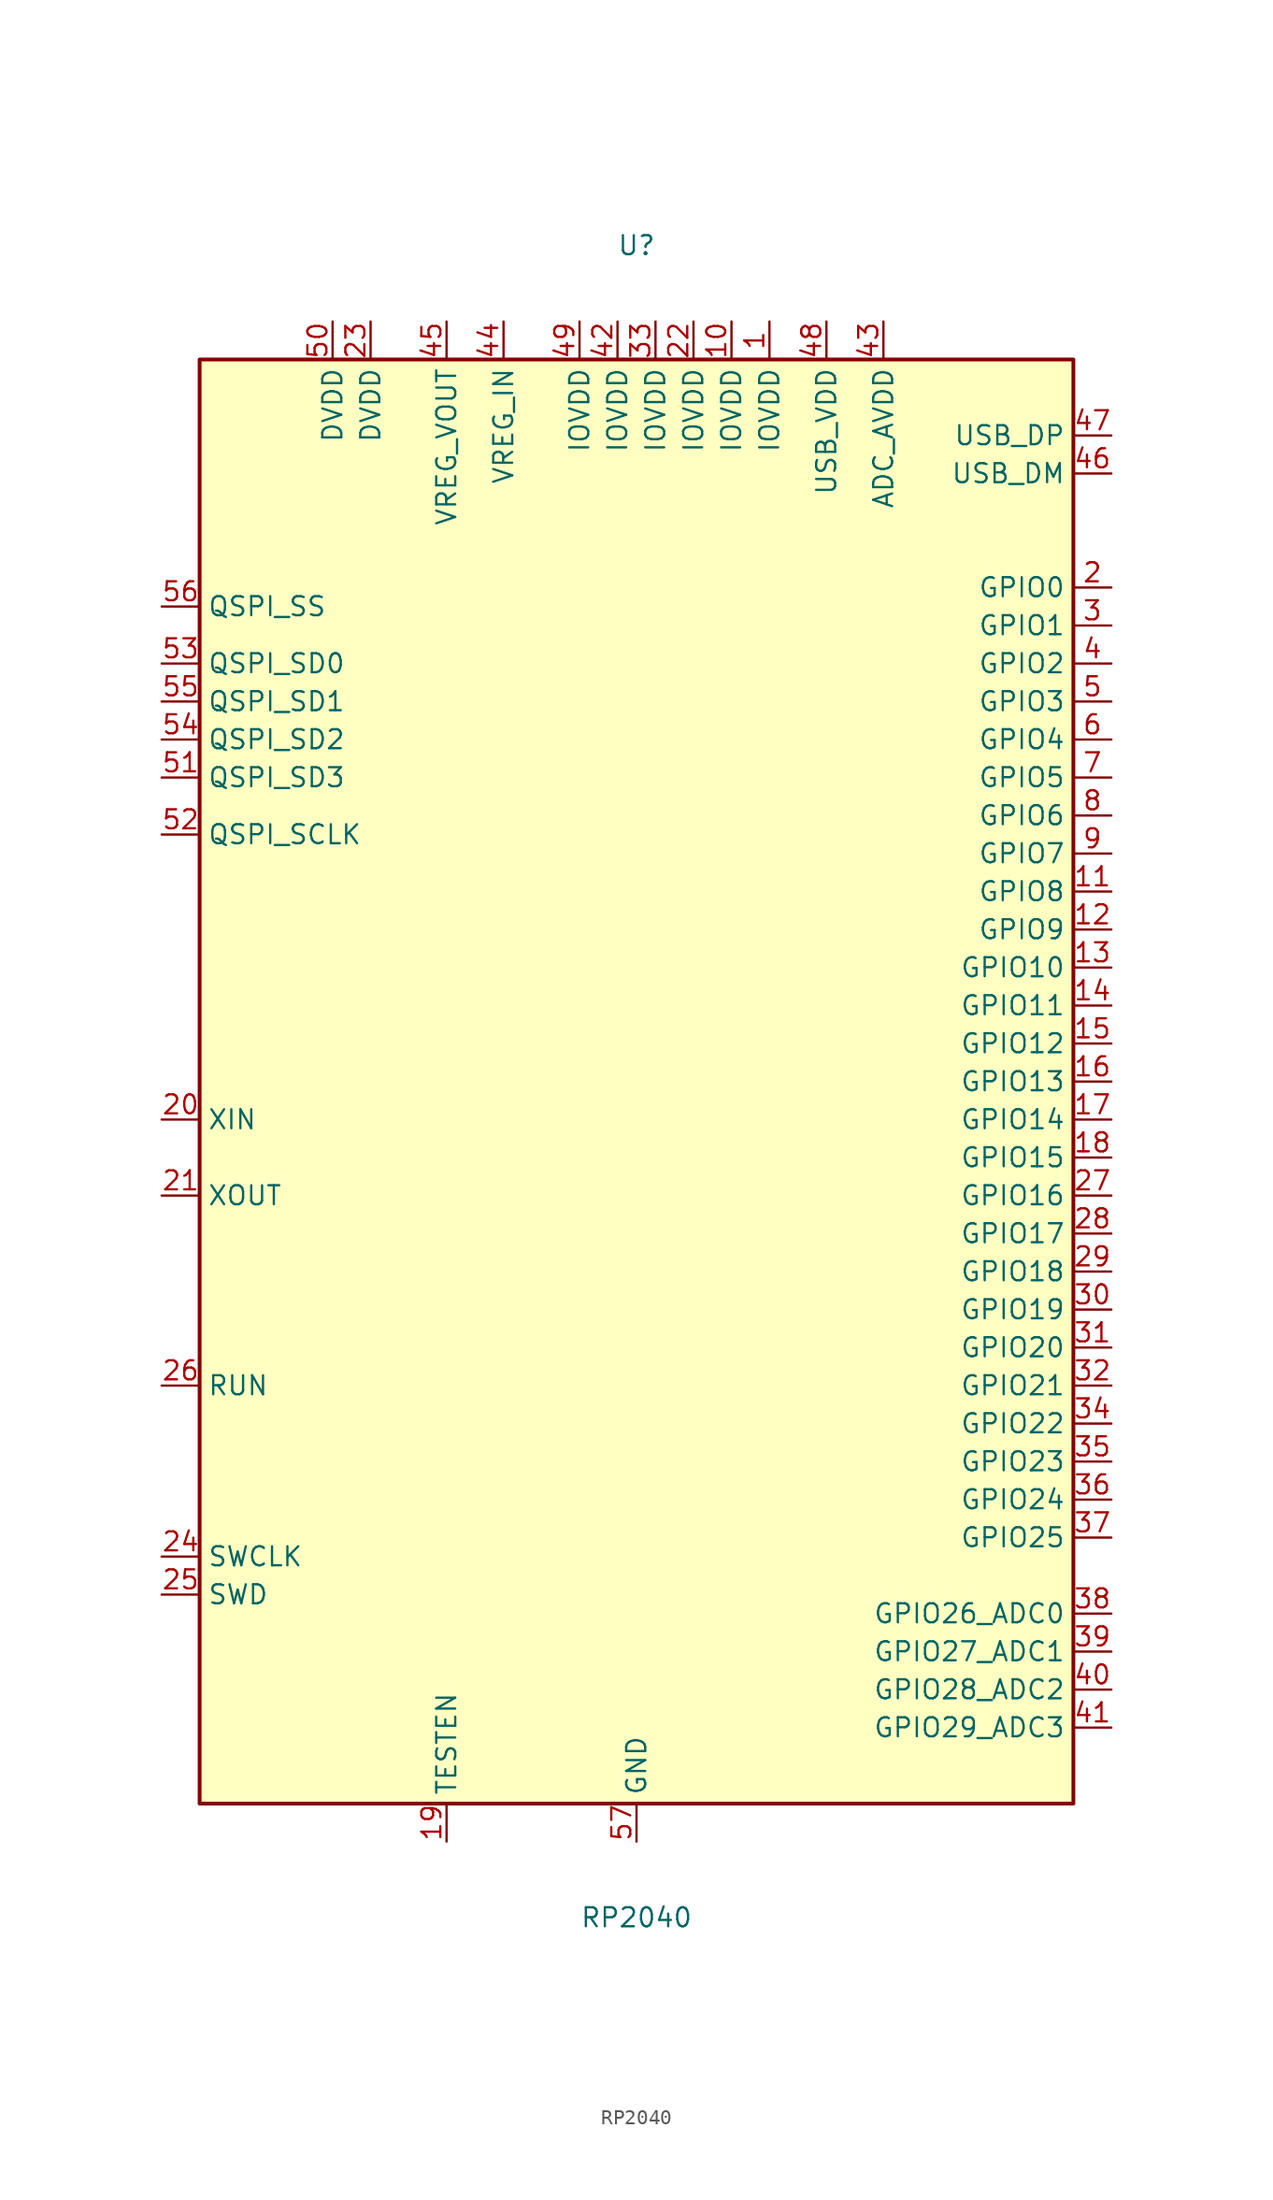
<source format=kicad_sym>
(kicad_symbol_lib
  (version 20211014)
  (generator lcsc2kicad)
  (symbol "RP2040"
    (property "Reference" "U"
      (at 0 58.42 0)
      (effects (font (size 1.27 1.27))))
    (property "Value" "RP2040"
      (at 0 -53.34 0)
      (effects (font (size 1.27 1.27))))
    (symbol "RP2040_0_1"
      (rectangle (start -29.21 50.80) (end 29.21 -45.72) (stroke (width 0.254) (type default) (color 0 0 0 0)) (fill (type background)))
      (pin bidirectional line (at 31.75 17.78 180) (length 2.54) (name "GPIO7" (effects (font (size 1.27 1.27)))) (number "9" (effects (font (size 1.27 1.27)))))
      (pin bidirectional line (at 31.75 20.32 180) (length 2.54) (name "GPIO6" (effects (font (size 1.27 1.27)))) (number "8" (effects (font (size 1.27 1.27)))))
      (pin bidirectional line (at 31.75 22.86 180) (length 2.54) (name "GPIO5" (effects (font (size 1.27 1.27)))) (number "7" (effects (font (size 1.27 1.27)))))
      (pin bidirectional line (at 31.75 25.40 180) (length 2.54) (name "GPIO4" (effects (font (size 1.27 1.27)))) (number "6" (effects (font (size 1.27 1.27)))))
      (pin bidirectional line (at 0.00 -48.26 90) (length 2.54) (name "GND" (effects (font (size 1.27 1.27)))) (number "57" (effects (font (size 1.27 1.27)))))
      (pin bidirectional line (at -31.75 34.29 0) (length 2.54) (name "QSPI_SS" (effects (font (size 1.27 1.27)))) (number "56" (effects (font (size 1.27 1.27)))))
      (pin bidirectional line (at -31.75 27.94 0) (length 2.54) (name "QSPI_SD1" (effects (font (size 1.27 1.27)))) (number "55" (effects (font (size 1.27 1.27)))))
      (pin bidirectional line (at -31.75 25.40 0) (length 2.54) (name "QSPI_SD2" (effects (font (size 1.27 1.27)))) (number "54" (effects (font (size 1.27 1.27)))))
      (pin bidirectional line (at -31.75 30.48 0) (length 2.54) (name "QSPI_SD0" (effects (font (size 1.27 1.27)))) (number "53" (effects (font (size 1.27 1.27)))))
      (pin output line (at -31.75 19.05 0) (length 2.54) (name "QSPI_SCLK" (effects (font (size 1.27 1.27)))) (number "52" (effects (font (size 1.27 1.27)))))
      (pin bidirectional line (at -31.75 22.86 0) (length 2.54) (name "QSPI_SD3" (effects (font (size 1.27 1.27)))) (number "51" (effects (font (size 1.27 1.27)))))
      (pin bidirectional line (at -20.32 53.34 270) (length 2.54) (name "DVDD" (effects (font (size 1.27 1.27)))) (number "50" (effects (font (size 1.27 1.27)))))
      (pin bidirectional line (at 31.75 27.94 180) (length 2.54) (name "GPIO3" (effects (font (size 1.27 1.27)))) (number "5" (effects (font (size 1.27 1.27)))))
      (pin bidirectional line (at -3.81 53.34 270) (length 2.54) (name "IOVDD" (effects (font (size 1.27 1.27)))) (number "49" (effects (font (size 1.27 1.27)))))
      (pin bidirectional line (at 12.70 53.34 270) (length 2.54) (name "USB_VDD" (effects (font (size 1.27 1.27)))) (number "48" (effects (font (size 1.27 1.27)))))
      (pin bidirectional line (at 31.75 45.72 180) (length 2.54) (name "USB_DP" (effects (font (size 1.27 1.27)))) (number "47" (effects (font (size 1.27 1.27)))))
      (pin bidirectional line (at 31.75 43.18 180) (length 2.54) (name "USB_DM" (effects (font (size 1.27 1.27)))) (number "46" (effects (font (size 1.27 1.27)))))
      (pin bidirectional line (at -12.70 53.34 270) (length 2.54) (name "VREG_VOUT" (effects (font (size 1.27 1.27)))) (number "45" (effects (font (size 1.27 1.27)))))
      (pin bidirectional line (at -8.89 53.34 270) (length 2.54) (name "VREG_IN" (effects (font (size 1.27 1.27)))) (number "44" (effects (font (size 1.27 1.27)))))
      (pin bidirectional line (at 16.51 53.34 270) (length 2.54) (name "ADC_AVDD" (effects (font (size 1.27 1.27)))) (number "43" (effects (font (size 1.27 1.27)))))
      (pin bidirectional line (at -1.27 53.34 270) (length 2.54) (name "IOVDD" (effects (font (size 1.27 1.27)))) (number "42" (effects (font (size 1.27 1.27)))))
      (pin bidirectional line (at 31.75 -40.64 180) (length 2.54) (name "GPIO29_ADC3" (effects (font (size 1.27 1.27)))) (number "41" (effects (font (size 1.27 1.27)))))
      (pin bidirectional line (at 31.75 -38.10 180) (length 2.54) (name "GPIO28_ADC2" (effects (font (size 1.27 1.27)))) (number "40" (effects (font (size 1.27 1.27)))))
      (pin bidirectional line (at 31.75 30.48 180) (length 2.54) (name "GPIO2" (effects (font (size 1.27 1.27)))) (number "4" (effects (font (size 1.27 1.27)))))
      (pin bidirectional line (at 31.75 -35.56 180) (length 2.54) (name "GPIO27_ADC1" (effects (font (size 1.27 1.27)))) (number "39" (effects (font (size 1.27 1.27)))))
      (pin bidirectional line (at 31.75 -33.02 180) (length 2.54) (name "GPIO26_ADC0" (effects (font (size 1.27 1.27)))) (number "38" (effects (font (size 1.27 1.27)))))
      (pin bidirectional line (at 31.75 -27.94 180) (length 2.54) (name "GPIO25" (effects (font (size 1.27 1.27)))) (number "37" (effects (font (size 1.27 1.27)))))
      (pin bidirectional line (at 31.75 -25.40 180) (length 2.54) (name "GPIO24" (effects (font (size 1.27 1.27)))) (number "36" (effects (font (size 1.27 1.27)))))
      (pin bidirectional line (at 31.75 -22.86 180) (length 2.54) (name "GPIO23" (effects (font (size 1.27 1.27)))) (number "35" (effects (font (size 1.27 1.27)))))
      (pin bidirectional line (at 31.75 -20.32 180) (length 2.54) (name "GPIO22" (effects (font (size 1.27 1.27)))) (number "34" (effects (font (size 1.27 1.27)))))
      (pin bidirectional line (at 1.27 53.34 270) (length 2.54) (name "IOVDD" (effects (font (size 1.27 1.27)))) (number "33" (effects (font (size 1.27 1.27)))))
      (pin bidirectional line (at 31.75 -17.78 180) (length 2.54) (name "GPIO21" (effects (font (size 1.27 1.27)))) (number "32" (effects (font (size 1.27 1.27)))))
      (pin bidirectional line (at 31.75 -15.24 180) (length 2.54) (name "GPIO20" (effects (font (size 1.27 1.27)))) (number "31" (effects (font (size 1.27 1.27)))))
      (pin bidirectional line (at 31.75 -12.70 180) (length 2.54) (name "GPIO19" (effects (font (size 1.27 1.27)))) (number "30" (effects (font (size 1.27 1.27)))))
      (pin bidirectional line (at 31.75 33.02 180) (length 2.54) (name "GPIO1" (effects (font (size 1.27 1.27)))) (number "3" (effects (font (size 1.27 1.27)))))
      (pin bidirectional line (at 31.75 -10.16 180) (length 2.54) (name "GPIO18" (effects (font (size 1.27 1.27)))) (number "29" (effects (font (size 1.27 1.27)))))
      (pin bidirectional line (at 31.75 -7.62 180) (length 2.54) (name "GPIO17" (effects (font (size 1.27 1.27)))) (number "28" (effects (font (size 1.27 1.27)))))
      (pin bidirectional line (at 31.75 -5.08 180) (length 2.54) (name "GPIO16" (effects (font (size 1.27 1.27)))) (number "27" (effects (font (size 1.27 1.27)))))
      (pin input line (at -31.75 -17.78 0) (length 2.54) (name "RUN" (effects (font (size 1.27 1.27)))) (number "26" (effects (font (size 1.27 1.27)))))
      (pin bidirectional line (at -31.75 -31.75 0) (length 2.54) (name "SWD" (effects (font (size 1.27 1.27)))) (number "25" (effects (font (size 1.27 1.27)))))
      (pin output line (at -31.75 -29.21 0) (length 2.54) (name "SWCLK" (effects (font (size 1.27 1.27)))) (number "24" (effects (font (size 1.27 1.27)))))
      (pin bidirectional line (at -17.78 53.34 270) (length 2.54) (name "DVDD" (effects (font (size 1.27 1.27)))) (number "23" (effects (font (size 1.27 1.27)))))
      (pin bidirectional line (at 3.81 53.34 270) (length 2.54) (name "IOVDD" (effects (font (size 1.27 1.27)))) (number "22" (effects (font (size 1.27 1.27)))))
      (pin unspecified line (at -31.75 -5.08 0) (length 2.54) (name "XOUT" (effects (font (size 1.27 1.27)))) (number "21" (effects (font (size 1.27 1.27)))))
      (pin input line (at -31.75 -0.00 0) (length 2.54) (name "XIN" (effects (font (size 1.27 1.27)))) (number "20" (effects (font (size 1.27 1.27)))))
      (pin bidirectional line (at 31.75 35.56 180) (length 2.54) (name "GPIO0" (effects (font (size 1.27 1.27)))) (number "2" (effects (font (size 1.27 1.27)))))
      (pin unspecified line (at -12.70 -48.26 90) (length 2.54) (name "TESTEN" (effects (font (size 1.27 1.27)))) (number "19" (effects (font (size 1.27 1.27)))))
      (pin bidirectional line (at 31.75 -2.54 180) (length 2.54) (name "GPIO15" (effects (font (size 1.27 1.27)))) (number "18" (effects (font (size 1.27 1.27)))))
      (pin bidirectional line (at 31.75 -0.00 180) (length 2.54) (name "GPIO14" (effects (font (size 1.27 1.27)))) (number "17" (effects (font (size 1.27 1.27)))))
      (pin bidirectional line (at 31.75 2.54 180) (length 2.54) (name "GPIO13" (effects (font (size 1.27 1.27)))) (number "16" (effects (font (size 1.27 1.27)))))
      (pin bidirectional line (at 31.75 5.08 180) (length 2.54) (name "GPIO12" (effects (font (size 1.27 1.27)))) (number "15" (effects (font (size 1.27 1.27)))))
      (pin bidirectional line (at 31.75 7.62 180) (length 2.54) (name "GPIO11" (effects (font (size 1.27 1.27)))) (number "14" (effects (font (size 1.27 1.27)))))
      (pin bidirectional line (at 31.75 10.16 180) (length 2.54) (name "GPIO10" (effects (font (size 1.27 1.27)))) (number "13" (effects (font (size 1.27 1.27)))))
      (pin bidirectional line (at 31.75 12.70 180) (length 2.54) (name "GPIO9" (effects (font (size 1.27 1.27)))) (number "12" (effects (font (size 1.27 1.27)))))
      (pin bidirectional line (at 31.75 15.24 180) (length 2.54) (name "GPIO8" (effects (font (size 1.27 1.27)))) (number "11" (effects (font (size 1.27 1.27)))))
      (pin bidirectional line (at 6.35 53.34 270) (length 2.54) (name "IOVDD" (effects (font (size 1.27 1.27)))) (number "10" (effects (font (size 1.27 1.27)))))
      (pin bidirectional line (at 8.89 53.34 270) (length 2.54) (name "IOVDD" (effects (font (size 1.27 1.27)))) (number "1" (effects (font (size 1.27 1.27))))))))
</source>
